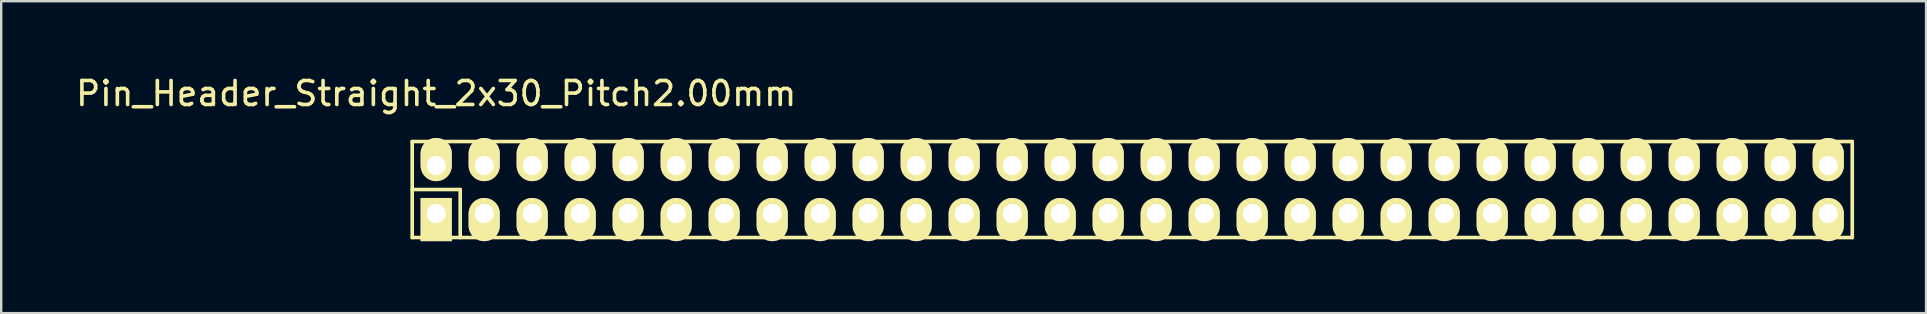
<source format=kicad_pcb>
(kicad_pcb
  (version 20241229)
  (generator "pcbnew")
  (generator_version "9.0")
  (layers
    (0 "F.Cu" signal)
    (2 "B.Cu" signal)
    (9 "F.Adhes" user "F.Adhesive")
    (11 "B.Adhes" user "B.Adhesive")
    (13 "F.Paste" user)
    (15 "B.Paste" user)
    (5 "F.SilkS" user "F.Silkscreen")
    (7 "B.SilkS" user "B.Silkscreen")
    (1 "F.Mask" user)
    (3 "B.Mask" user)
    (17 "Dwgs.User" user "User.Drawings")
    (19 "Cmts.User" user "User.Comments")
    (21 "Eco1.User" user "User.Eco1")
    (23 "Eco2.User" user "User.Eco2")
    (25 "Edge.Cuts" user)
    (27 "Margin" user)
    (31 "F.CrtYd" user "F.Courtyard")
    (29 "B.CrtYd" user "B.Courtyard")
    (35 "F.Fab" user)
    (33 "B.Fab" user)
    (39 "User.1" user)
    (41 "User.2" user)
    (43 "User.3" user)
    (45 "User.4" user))
  (footprint "Pin_Header_Straight_2x30_Pitch2.00mm"
    (layer "F.Cu")
    (at 15.125 5.848)
    (property "Reference" "Pin_Header_Straight_2x30_Pitch2.00mm" (at 0 -5 0) (layer "F.SilkS") (effects (font (size 1 1) (thickness 0.15))))
    (attr through_hole)
    (fp_line (start -1 -3) (end 59 -3) (stroke (width 0.15) (type solid)) (layer "F.SilkS"))
    (fp_line (start -1 -1) (end 1 -1) (stroke (width 0.15) (type solid)) (layer "F.SilkS"))
    (fp_line (start -1 1) (end -1 -3) (stroke (width 0.15) (type solid)) (layer "F.SilkS"))
    (fp_line (start 1 -1) (end 1 1) (stroke (width 0.15) (type solid)) (layer "F.SilkS"))
    (fp_line (start 59 -3) (end 59 1) (stroke (width 0.15) (type solid)) (layer "F.SilkS"))
    (fp_line (start 59 1) (end -1 1) (stroke (width 0.15) (type solid)) (layer "F.SilkS"))
    (pad "1" thru_hole rect (at 0 0) (size 1.3 1.8) (drill 0.8 (offset 0 0.25)) (layers "*.Cu" "*.Mask" "F.SilkS"))
    (pad "2" thru_hole oval (at 0 -2) (size 1.3 1.8) (drill 0.8 (offset 0 -0.25)) (layers "*.Cu" "*.Mask" "F.SilkS"))
    (pad "3" thru_hole oval (at 2 0) (size 1.3 1.8) (drill 0.8 (offset 0 0.25)) (layers "*.Cu" "*.Mask" "F.SilkS"))
    (pad "4" thru_hole oval (at 2 -2) (size 1.3 1.8) (drill 0.8 (offset 0 -0.25)) (layers "*.Cu" "*.Mask" "F.SilkS"))
    (pad "5" thru_hole oval (at 4 0) (size 1.3 1.8) (drill 0.8 (offset 0 0.25)) (layers "*.Cu" "*.Mask" "F.SilkS"))
    (pad "6" thru_hole oval (at 4 -2) (size 1.3 1.8) (drill 0.8 (offset 0 -0.25)) (layers "*.Cu" "*.Mask" "F.SilkS"))
    (pad "7" thru_hole oval (at 6 0) (size 1.3 1.8) (drill 0.8 (offset 0 0.25)) (layers "*.Cu" "*.Mask" "F.SilkS"))
    (pad "8" thru_hole oval (at 6 -2) (size 1.3 1.8) (drill 0.8 (offset 0 -0.25)) (layers "*.Cu" "*.Mask" "F.SilkS"))
    (pad "9" thru_hole oval (at 8 0) (size 1.3 1.8) (drill 0.8 (offset 0 0.25)) (layers "*.Cu" "*.Mask" "F.SilkS"))
    (pad "10" thru_hole oval (at 8 -2) (size 1.3 1.8) (drill 0.8 (offset 0 -0.25)) (layers "*.Cu" "*.Mask" "F.SilkS"))
    (pad "11" thru_hole oval (at 10 0) (size 1.3 1.8) (drill 0.8 (offset 0 0.25)) (layers "*.Cu" "*.Mask" "F.SilkS"))
    (pad "12" thru_hole oval (at 10 -2) (size 1.3 1.8) (drill 0.8 (offset 0 -0.25)) (layers "*.Cu" "*.Mask" "F.SilkS"))
    (pad "13" thru_hole oval (at 12 0) (size 1.3 1.8) (drill 0.8 (offset 0 0.25)) (layers "*.Cu" "*.Mask" "F.SilkS"))
    (pad "14" thru_hole oval (at 12 -2) (size 1.3 1.8) (drill 0.8 (offset 0 -0.25)) (layers "*.Cu" "*.Mask" "F.SilkS"))
    (pad "15" thru_hole oval (at 14 0) (size 1.3 1.8) (drill 0.8 (offset 0 0.25)) (layers "*.Cu" "*.Mask" "F.SilkS"))
    (pad "16" thru_hole oval (at 14 -2) (size 1.3 1.8) (drill 0.8 (offset 0 -0.25)) (layers "*.Cu" "*.Mask" "F.SilkS"))
    (pad "17" thru_hole oval (at 16 0) (size 1.3 1.8) (drill 0.8 (offset 0 0.25)) (layers "*.Cu" "*.Mask" "F.SilkS"))
    (pad "18" thru_hole oval (at 16 -2) (size 1.3 1.8) (drill 0.8 (offset 0 -0.25)) (layers "*.Cu" "*.Mask" "F.SilkS"))
    (pad "19" thru_hole oval (at 18 0) (size 1.3 1.8) (drill 0.8 (offset 0 0.25)) (layers "*.Cu" "*.Mask" "F.SilkS"))
    (pad "20" thru_hole oval (at 18 -2) (size 1.3 1.8) (drill 0.8 (offset 0 -0.25)) (layers "*.Cu" "*.Mask" "F.SilkS"))
    (pad "21" thru_hole oval (at 20 0) (size 1.3 1.8) (drill 0.8 (offset 0 0.25)) (layers "*.Cu" "*.Mask" "F.SilkS"))
    (pad "22" thru_hole oval (at 20 -2) (size 1.3 1.8) (drill 0.8 (offset 0 -0.25)) (layers "*.Cu" "*.Mask" "F.SilkS"))
    (pad "23" thru_hole oval (at 22 0) (size 1.3 1.8) (drill 0.8 (offset 0 0.25)) (layers "*.Cu" "*.Mask" "F.SilkS"))
    (pad "24" thru_hole oval (at 22 -2) (size 1.3 1.8) (drill 0.8 (offset 0 -0.25)) (layers "*.Cu" "*.Mask" "F.SilkS"))
    (pad "25" thru_hole oval (at 24 0) (size 1.3 1.8) (drill 0.8 (offset 0 0.25)) (layers "*.Cu" "*.Mask" "F.SilkS"))
    (pad "26" thru_hole oval (at 24 -2) (size 1.3 1.8) (drill 0.8 (offset 0 -0.25)) (layers "*.Cu" "*.Mask" "F.SilkS"))
    (pad "27" thru_hole oval (at 26 0) (size 1.3 1.8) (drill 0.8 (offset 0 0.25)) (layers "*.Cu" "*.Mask" "F.SilkS"))
    (pad "28" thru_hole oval (at 26 -2) (size 1.3 1.8) (drill 0.8 (offset 0 -0.25)) (layers "*.Cu" "*.Mask" "F.SilkS"))
    (pad "29" thru_hole oval (at 28 0) (size 1.3 1.8) (drill 0.8 (offset 0 0.25)) (layers "*.Cu" "*.Mask" "F.SilkS"))
    (pad "30" thru_hole oval (at 28 -2) (size 1.3 1.8) (drill 0.8 (offset 0 -0.25)) (layers "*.Cu" "*.Mask" "F.SilkS"))
    (pad "31" thru_hole oval (at 30 0) (size 1.3 1.8) (drill 0.8 (offset 0 0.25)) (layers "*.Cu" "*.Mask" "F.SilkS"))
    (pad "32" thru_hole oval (at 30 -2) (size 1.3 1.8) (drill 0.8 (offset 0 -0.25)) (layers "*.Cu" "*.Mask" "F.SilkS"))
    (pad "33" thru_hole oval (at 32 0) (size 1.3 1.8) (drill 0.8 (offset 0 0.25)) (layers "*.Cu" "*.Mask" "F.SilkS"))
    (pad "34" thru_hole oval (at 32 -2) (size 1.3 1.8) (drill 0.8 (offset 0 -0.25)) (layers "*.Cu" "*.Mask" "F.SilkS"))
    (pad "35" thru_hole oval (at 34 0) (size 1.3 1.8) (drill 0.8 (offset 0 0.25)) (layers "*.Cu" "*.Mask" "F.SilkS"))
    (pad "36" thru_hole oval (at 34 -2) (size 1.3 1.8) (drill 0.8 (offset 0 -0.25)) (layers "*.Cu" "*.Mask" "F.SilkS"))
    (pad "37" thru_hole oval (at 36 0) (size 1.3 1.8) (drill 0.8 (offset 0 0.25)) (layers "*.Cu" "*.Mask" "F.SilkS"))
    (pad "38" thru_hole oval (at 36 -2) (size 1.3 1.8) (drill 0.8 (offset 0 -0.25)) (layers "*.Cu" "*.Mask" "F.SilkS"))
    (pad "39" thru_hole oval (at 38 0) (size 1.3 1.8) (drill 0.8 (offset 0 0.25)) (layers "*.Cu" "*.Mask" "F.SilkS"))
    (pad "40" thru_hole oval (at 38 -2) (size 1.3 1.8) (drill 0.8 (offset 0 -0.25)) (layers "*.Cu" "*.Mask" "F.SilkS"))
    (pad "41" thru_hole oval (at 40 0) (size 1.3 1.8) (drill 0.8 (offset 0 0.25)) (layers "*.Cu" "*.Mask" "F.SilkS"))
    (pad "42" thru_hole oval (at 40 -2) (size 1.3 1.8) (drill 0.8 (offset 0 -0.25)) (layers "*.Cu" "*.Mask" "F.SilkS"))
    (pad "43" thru_hole oval (at 42 0) (size 1.3 1.8) (drill 0.8 (offset 0 0.25)) (layers "*.Cu" "*.Mask" "F.SilkS"))
    (pad "44" thru_hole oval (at 42 -2) (size 1.3 1.8) (drill 0.8 (offset 0 -0.25)) (layers "*.Cu" "*.Mask" "F.SilkS"))
    (pad "45" thru_hole oval (at 44 0) (size 1.3 1.8) (drill 0.8 (offset 0 0.25)) (layers "*.Cu" "*.Mask" "F.SilkS"))
    (pad "46" thru_hole oval (at 44 -2) (size 1.3 1.8) (drill 0.8 (offset 0 -0.25)) (layers "*.Cu" "*.Mask" "F.SilkS"))
    (pad "47" thru_hole oval (at 46 0) (size 1.3 1.8) (drill 0.8 (offset 0 0.25)) (layers "*.Cu" "*.Mask" "F.SilkS"))
    (pad "48" thru_hole oval (at 46 -2) (size 1.3 1.8) (drill 0.8 (offset 0 -0.25)) (layers "*.Cu" "*.Mask" "F.SilkS"))
    (pad "49" thru_hole oval (at 48 0) (size 1.3 1.8) (drill 0.8 (offset 0 0.25)) (layers "*.Cu" "*.Mask" "F.SilkS"))
    (pad "50" thru_hole oval (at 48 -2) (size 1.3 1.8) (drill 0.8 (offset 0 -0.25)) (layers "*.Cu" "*.Mask" "F.SilkS"))
    (pad "51" thru_hole oval (at 50 0) (size 1.3 1.8) (drill 0.8 (offset 0 0.25)) (layers "*.Cu" "*.Mask" "F.SilkS"))
    (pad "52" thru_hole oval (at 50 -2) (size 1.3 1.8) (drill 0.8 (offset 0 -0.25)) (layers "*.Cu" "*.Mask" "F.SilkS"))
    (pad "53" thru_hole oval (at 52 0) (size 1.3 1.8) (drill 0.8 (offset 0 0.25)) (layers "*.Cu" "*.Mask" "F.SilkS"))
    (pad "54" thru_hole oval (at 52 -2) (size 1.3 1.8) (drill 0.8 (offset 0 -0.25)) (layers "*.Cu" "*.Mask" "F.SilkS"))
    (pad "55" thru_hole oval (at 54 0) (size 1.3 1.8) (drill 0.8 (offset 0 0.25)) (layers "*.Cu" "*.Mask" "F.SilkS"))
    (pad "56" thru_hole oval (at 54 -2) (size 1.3 1.8) (drill 0.8 (offset 0 -0.25)) (layers "*.Cu" "*.Mask" "F.SilkS"))
    (pad "57" thru_hole oval (at 56 0) (size 1.3 1.8) (drill 0.8 (offset 0 0.25)) (layers "*.Cu" "*.Mask" "F.SilkS"))
    (pad "58" thru_hole oval (at 56 -2) (size 1.3 1.8) (drill 0.8 (offset 0 -0.25)) (layers "*.Cu" "*.Mask" "F.SilkS"))
    (pad "59" thru_hole oval (at 58 0) (size 1.3 1.8) (drill 0.8 (offset 0 0.25)) (layers "*.Cu" "*.Mask" "F.SilkS"))
    (pad "60" thru_hole oval (at 58 -2) (size 1.3 1.8) (drill 0.8 (offset 0 -0.25)) (layers "*.Cu" "*.Mask" "F.SilkS")))
  (gr_rect
    (start -3 -3)
    (end 77.2 9.998)
    (stroke (width 0.1) (type default))
    (fill no)
    (layer "Edge.Cuts")))
</source>
